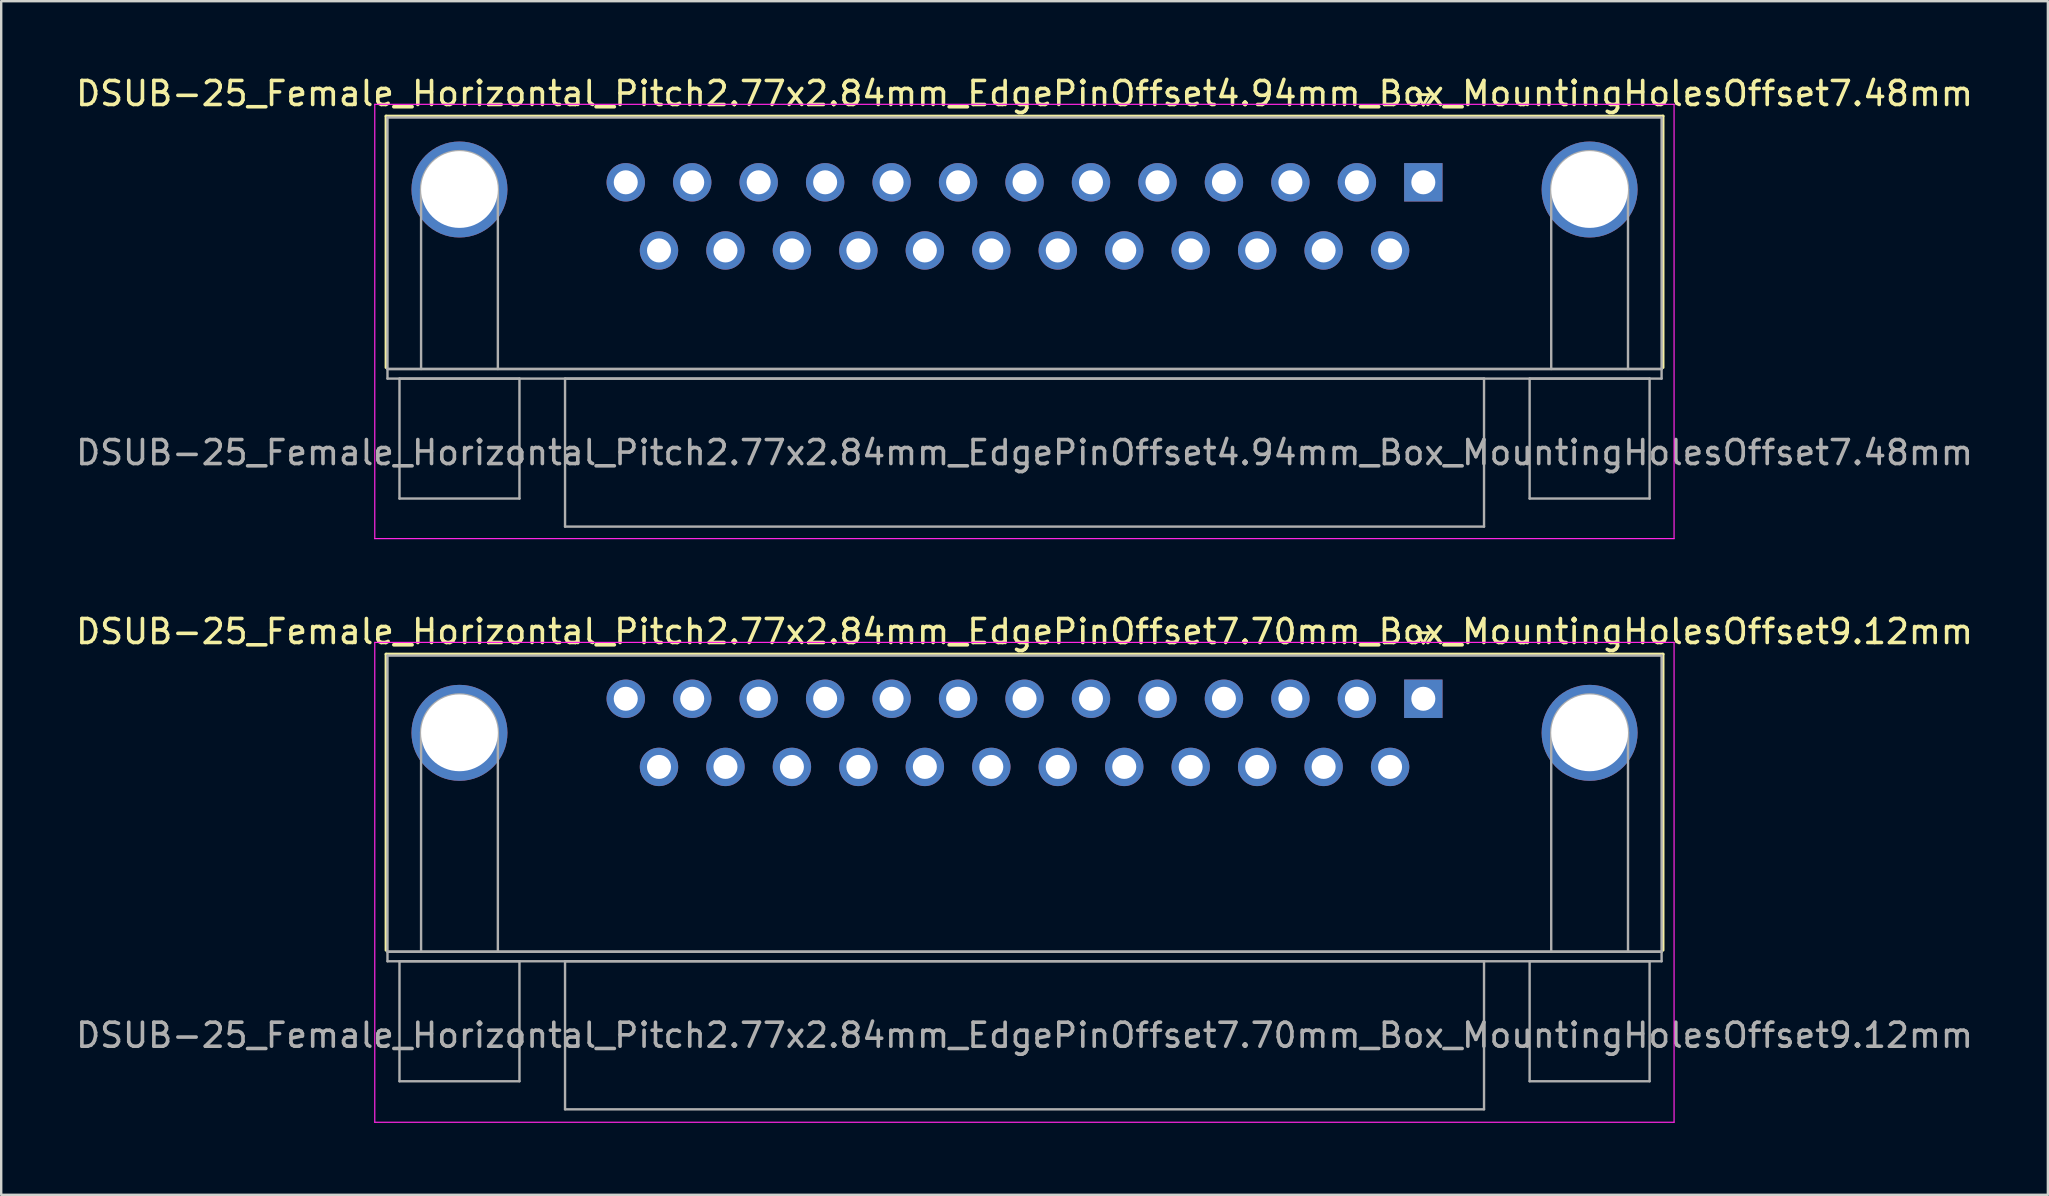
<source format=kicad_pcb>
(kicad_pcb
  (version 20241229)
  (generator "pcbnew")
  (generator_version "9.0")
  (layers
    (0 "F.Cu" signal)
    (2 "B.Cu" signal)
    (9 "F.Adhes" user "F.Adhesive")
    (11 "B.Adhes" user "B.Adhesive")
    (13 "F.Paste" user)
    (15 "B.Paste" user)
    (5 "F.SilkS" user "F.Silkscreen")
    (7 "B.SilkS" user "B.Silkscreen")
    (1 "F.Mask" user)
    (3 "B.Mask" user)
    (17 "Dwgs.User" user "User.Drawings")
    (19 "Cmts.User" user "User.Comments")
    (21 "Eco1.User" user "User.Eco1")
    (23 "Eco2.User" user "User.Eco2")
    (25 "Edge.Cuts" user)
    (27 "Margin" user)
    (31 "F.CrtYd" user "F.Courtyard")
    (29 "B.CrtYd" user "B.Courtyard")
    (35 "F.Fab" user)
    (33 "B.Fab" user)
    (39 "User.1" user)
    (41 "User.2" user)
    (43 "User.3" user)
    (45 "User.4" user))
  (footprint "DSUB-25_Female_Horizontal_Pitch2.77x2.84mm_EdgePinOffset4.94mm_Box_MountingHolesOffset7.48mm"
    (layer "F.Cu")
    (at 56.269 4.548)
    (property "Reference" "DSUB-25_Female_Horizontal_Pitch2.77x2.84mm_EdgePinOffset4.94mm_Box_MountingHolesOffset7.48mm" (at -16.62 -3.7 0) (layer "F.SilkS") (effects (font (size 1 1) (thickness 0.15))))
    (attr through_hole)
    (fp_line (start -43.23 -2.76) (end 9.99 -2.76) (stroke (width 0.12) (type solid)) (layer "F.SilkS"))
    (fp_line (start -43.23 7.72) (end -43.23 -2.76) (stroke (width 0.12) (type solid)) (layer "F.SilkS"))
    (fp_line (start -0.25 -3.654) (end 0.25 -3.654) (stroke (width 0.12) (type solid)) (layer "F.SilkS"))
    (fp_line (start 0 -3.221) (end -0.25 -3.654) (stroke (width 0.12) (type solid)) (layer "F.SilkS"))
    (fp_line (start 0.25 -3.654) (end 0 -3.221) (stroke (width 0.12) (type solid)) (layer "F.SilkS"))
    (fp_line (start 9.99 -2.76) (end 9.99 7.72) (stroke (width 0.12) (type solid)) (layer "F.SilkS"))
    (fp_line (start -43.7 -3.25) (end -43.7 14.85) (stroke (width 0.05) (type solid)) (layer "F.CrtYd"))
    (fp_line (start -43.7 14.85) (end 10.45 14.85) (stroke (width 0.05) (type solid)) (layer "F.CrtYd"))
    (fp_line (start 10.45 -3.25) (end -43.7 -3.25) (stroke (width 0.05) (type solid)) (layer "F.CrtYd"))
    (fp_line (start 10.45 14.85) (end 10.45 -3.25) (stroke (width 0.05) (type solid)) (layer "F.CrtYd"))
    (fp_line (start -43.17 -2.7) (end -43.17 7.78) (stroke (width 0.1) (type solid)) (layer "F.Fab"))
    (fp_line (start -43.17 7.78) (end -43.17 8.18) (stroke (width 0.1) (type solid)) (layer "F.Fab"))
    (fp_line (start -43.17 7.78) (end 9.93 7.78) (stroke (width 0.1) (type solid)) (layer "F.Fab"))
    (fp_line (start -43.17 8.18) (end 9.93 8.18) (stroke (width 0.1) (type solid)) (layer "F.Fab"))
    (fp_line (start -42.67 8.18) (end -42.67 13.18) (stroke (width 0.1) (type solid)) (layer "F.Fab"))
    (fp_line (start -42.67 13.18) (end -37.67 13.18) (stroke (width 0.1) (type solid)) (layer "F.Fab"))
    (fp_line (start -41.77 7.78) (end -41.77 0.3) (stroke (width 0.1) (type solid)) (layer "F.Fab"))
    (fp_line (start -38.57 7.78) (end -38.57 0.3) (stroke (width 0.1) (type solid)) (layer "F.Fab"))
    (fp_line (start -37.67 8.18) (end -42.67 8.18) (stroke (width 0.1) (type solid)) (layer "F.Fab"))
    (fp_line (start -37.67 13.18) (end -37.67 8.18) (stroke (width 0.1) (type solid)) (layer "F.Fab"))
    (fp_line (start -35.77 8.18) (end -35.77 14.35) (stroke (width 0.1) (type solid)) (layer "F.Fab"))
    (fp_line (start -35.77 14.35) (end 2.53 14.35) (stroke (width 0.1) (type solid)) (layer "F.Fab"))
    (fp_line (start 2.53 8.18) (end -35.77 8.18) (stroke (width 0.1) (type solid)) (layer "F.Fab"))
    (fp_line (start 2.53 14.35) (end 2.53 8.18) (stroke (width 0.1) (type solid)) (layer "F.Fab"))
    (fp_line (start 4.43 8.18) (end 4.43 13.18) (stroke (width 0.1) (type solid)) (layer "F.Fab"))
    (fp_line (start 4.43 13.18) (end 9.43 13.18) (stroke (width 0.1) (type solid)) (layer "F.Fab"))
    (fp_line (start 5.33 7.78) (end 5.33 0.3) (stroke (width 0.1) (type solid)) (layer "F.Fab"))
    (fp_line (start 8.53 7.78) (end 8.53 0.3) (stroke (width 0.1) (type solid)) (layer "F.Fab"))
    (fp_line (start 9.43 8.18) (end 4.43 8.18) (stroke (width 0.1) (type solid)) (layer "F.Fab"))
    (fp_line (start 9.43 13.18) (end 9.43 8.18) (stroke (width 0.1) (type solid)) (layer "F.Fab"))
    (fp_line (start 9.93 -2.7) (end -43.17 -2.7) (stroke (width 0.1) (type solid)) (layer "F.Fab"))
    (fp_line (start 9.93 7.78) (end -43.17 7.78) (stroke (width 0.1) (type solid)) (layer "F.Fab"))
    (fp_line (start 9.93 7.78) (end 9.93 -2.7) (stroke (width 0.1) (type solid)) (layer "F.Fab"))
    (fp_line (start 9.93 8.18) (end 9.93 7.78) (stroke (width 0.1) (type solid)) (layer "F.Fab"))
    (fp_arc (start -41.77 0.3) (mid -40.17 -1.3) (end -38.57 0.3) (stroke (width 0.1) (type solid)) (layer "F.Fab"))
    (fp_arc (start 5.33 0.3) (mid 6.93 -1.3) (end 8.53 0.3) (stroke (width 0.1) (type solid)) (layer "F.Fab"))
    (fp_text user "${REFERENCE}" (at -16.62 11.265 0) (layer "F.Fab") (effects (font (size 1 1) (thickness 0.15))))
    (pad "0" thru_hole circle (at -40.17 0.3) (size 4 4) (drill 3.2) (layers "*.Cu" "*.Mask"))
    (pad "0" thru_hole circle (at 6.93 0.3) (size 4 4) (drill 3.2) (layers "*.Cu" "*.Mask"))
    (pad "1" thru_hole rect (at 0 0) (size 1.6 1.6) (drill 1) (layers "*.Cu" "*.Mask"))
    (pad "2" thru_hole circle (at -2.77 0) (size 1.6 1.6) (drill 1) (layers "*.Cu" "*.Mask"))
    (pad "3" thru_hole circle (at -5.54 0) (size 1.6 1.6) (drill 1) (layers "*.Cu" "*.Mask"))
    (pad "4" thru_hole circle (at -8.31 0) (size 1.6 1.6) (drill 1) (layers "*.Cu" "*.Mask"))
    (pad "5" thru_hole circle (at -11.08 0) (size 1.6 1.6) (drill 1) (layers "*.Cu" "*.Mask"))
    (pad "6" thru_hole circle (at -13.85 0) (size 1.6 1.6) (drill 1) (layers "*.Cu" "*.Mask"))
    (pad "7" thru_hole circle (at -16.62 0) (size 1.6 1.6) (drill 1) (layers "*.Cu" "*.Mask"))
    (pad "8" thru_hole circle (at -19.39 0) (size 1.6 1.6) (drill 1) (layers "*.Cu" "*.Mask"))
    (pad "9" thru_hole circle (at -22.16 0) (size 1.6 1.6) (drill 1) (layers "*.Cu" "*.Mask"))
    (pad "10" thru_hole circle (at -24.93 0) (size 1.6 1.6) (drill 1) (layers "*.Cu" "*.Mask"))
    (pad "11" thru_hole circle (at -27.7 0) (size 1.6 1.6) (drill 1) (layers "*.Cu" "*.Mask"))
    (pad "12" thru_hole circle (at -30.47 0) (size 1.6 1.6) (drill 1) (layers "*.Cu" "*.Mask"))
    (pad "13" thru_hole circle (at -33.24 0) (size 1.6 1.6) (drill 1) (layers "*.Cu" "*.Mask"))
    (pad "14" thru_hole circle (at -1.385 2.84) (size 1.6 1.6) (drill 1) (layers "*.Cu" "*.Mask"))
    (pad "15" thru_hole circle (at -4.155 2.84) (size 1.6 1.6) (drill 1) (layers "*.Cu" "*.Mask"))
    (pad "16" thru_hole circle (at -6.925 2.84) (size 1.6 1.6) (drill 1) (layers "*.Cu" "*.Mask"))
    (pad "17" thru_hole circle (at -9.695 2.84) (size 1.6 1.6) (drill 1) (layers "*.Cu" "*.Mask"))
    (pad "18" thru_hole circle (at -12.465 2.84) (size 1.6 1.6) (drill 1) (layers "*.Cu" "*.Mask"))
    (pad "19" thru_hole circle (at -15.235 2.84) (size 1.6 1.6) (drill 1) (layers "*.Cu" "*.Mask"))
    (pad "20" thru_hole circle (at -18.005 2.84) (size 1.6 1.6) (drill 1) (layers "*.Cu" "*.Mask"))
    (pad "21" thru_hole circle (at -20.775 2.84) (size 1.6 1.6) (drill 1) (layers "*.Cu" "*.Mask"))
    (pad "22" thru_hole circle (at -23.545 2.84) (size 1.6 1.6) (drill 1) (layers "*.Cu" "*.Mask"))
    (pad "23" thru_hole circle (at -26.315 2.84) (size 1.6 1.6) (drill 1) (layers "*.Cu" "*.Mask"))
    (pad "24" thru_hole circle (at -29.085 2.84) (size 1.6 1.6) (drill 1) (layers "*.Cu" "*.Mask"))
    (pad "25" thru_hole circle (at -31.855 2.84) (size 1.6 1.6) (drill 1) (layers "*.Cu" "*.Mask")))
  (footprint "DSUB-25_Female_Horizontal_Pitch2.77x2.84mm_EdgePinOffset7.70mm_Box_MountingHolesOffset9.12mm"
    (layer "F.Cu")
    (at 56.269 26.072)
    (property "Reference" "DSUB-25_Female_Horizontal_Pitch2.77x2.84mm_EdgePinOffset7.70mm_Box_MountingHolesOffset9.12mm" (at -16.62 -2.8 0) (layer "F.SilkS") (effects (font (size 1 1) (thickness 0.15))))
    (attr through_hole)
    (fp_line (start -43.23 -1.86) (end 9.99 -1.86) (stroke (width 0.12) (type solid)) (layer "F.SilkS"))
    (fp_line (start -43.23 10.48) (end -43.23 -1.86) (stroke (width 0.12) (type solid)) (layer "F.SilkS"))
    (fp_line (start -0.25 -2.754) (end 0.25 -2.754) (stroke (width 0.12) (type solid)) (layer "F.SilkS"))
    (fp_line (start 0 -2.321) (end -0.25 -2.754) (stroke (width 0.12) (type solid)) (layer "F.SilkS"))
    (fp_line (start 0.25 -2.754) (end 0 -2.321) (stroke (width 0.12) (type solid)) (layer "F.SilkS"))
    (fp_line (start 9.99 -1.86) (end 9.99 10.48) (stroke (width 0.12) (type solid)) (layer "F.SilkS"))
    (fp_line (start -43.7 -2.35) (end -43.7 17.65) (stroke (width 0.05) (type solid)) (layer "F.CrtYd"))
    (fp_line (start -43.7 17.65) (end 10.45 17.65) (stroke (width 0.05) (type solid)) (layer "F.CrtYd"))
    (fp_line (start 10.45 -2.35) (end -43.7 -2.35) (stroke (width 0.05) (type solid)) (layer "F.CrtYd"))
    (fp_line (start 10.45 17.65) (end 10.45 -2.35) (stroke (width 0.05) (type solid)) (layer "F.CrtYd"))
    (fp_line (start -43.17 -1.8) (end -43.17 10.54) (stroke (width 0.1) (type solid)) (layer "F.Fab"))
    (fp_line (start -43.17 10.54) (end -43.17 10.94) (stroke (width 0.1) (type solid)) (layer "F.Fab"))
    (fp_line (start -43.17 10.54) (end 9.93 10.54) (stroke (width 0.1) (type solid)) (layer "F.Fab"))
    (fp_line (start -43.17 10.94) (end 9.93 10.94) (stroke (width 0.1) (type solid)) (layer "F.Fab"))
    (fp_line (start -42.67 10.94) (end -42.67 15.94) (stroke (width 0.1) (type solid)) (layer "F.Fab"))
    (fp_line (start -42.67 15.94) (end -37.67 15.94) (stroke (width 0.1) (type solid)) (layer "F.Fab"))
    (fp_line (start -41.77 10.54) (end -41.77 1.42) (stroke (width 0.1) (type solid)) (layer "F.Fab"))
    (fp_line (start -38.57 10.54) (end -38.57 1.42) (stroke (width 0.1) (type solid)) (layer "F.Fab"))
    (fp_line (start -37.67 10.94) (end -42.67 10.94) (stroke (width 0.1) (type solid)) (layer "F.Fab"))
    (fp_line (start -37.67 15.94) (end -37.67 10.94) (stroke (width 0.1) (type solid)) (layer "F.Fab"))
    (fp_line (start -35.77 10.94) (end -35.77 17.11) (stroke (width 0.1) (type solid)) (layer "F.Fab"))
    (fp_line (start -35.77 17.11) (end 2.53 17.11) (stroke (width 0.1) (type solid)) (layer "F.Fab"))
    (fp_line (start 2.53 10.94) (end -35.77 10.94) (stroke (width 0.1) (type solid)) (layer "F.Fab"))
    (fp_line (start 2.53 17.11) (end 2.53 10.94) (stroke (width 0.1) (type solid)) (layer "F.Fab"))
    (fp_line (start 4.43 10.94) (end 4.43 15.94) (stroke (width 0.1) (type solid)) (layer "F.Fab"))
    (fp_line (start 4.43 15.94) (end 9.43 15.94) (stroke (width 0.1) (type solid)) (layer "F.Fab"))
    (fp_line (start 5.33 10.54) (end 5.33 1.42) (stroke (width 0.1) (type solid)) (layer "F.Fab"))
    (fp_line (start 8.53 10.54) (end 8.53 1.42) (stroke (width 0.1) (type solid)) (layer "F.Fab"))
    (fp_line (start 9.43 10.94) (end 4.43 10.94) (stroke (width 0.1) (type solid)) (layer "F.Fab"))
    (fp_line (start 9.43 15.94) (end 9.43 10.94) (stroke (width 0.1) (type solid)) (layer "F.Fab"))
    (fp_line (start 9.93 -1.8) (end -43.17 -1.8) (stroke (width 0.1) (type solid)) (layer "F.Fab"))
    (fp_line (start 9.93 10.54) (end -43.17 10.54) (stroke (width 0.1) (type solid)) (layer "F.Fab"))
    (fp_line (start 9.93 10.54) (end 9.93 -1.8) (stroke (width 0.1) (type solid)) (layer "F.Fab"))
    (fp_line (start 9.93 10.94) (end 9.93 10.54) (stroke (width 0.1) (type solid)) (layer "F.Fab"))
    (fp_arc (start -41.77 1.42) (mid -40.17 -0.18) (end -38.57 1.42) (stroke (width 0.1) (type solid)) (layer "F.Fab"))
    (fp_arc (start 5.33 1.42) (mid 6.93 -0.18) (end 8.53 1.42) (stroke (width 0.1) (type solid)) (layer "F.Fab"))
    (fp_text user "${REFERENCE}" (at -16.62 14.025 0) (layer "F.Fab") (effects (font (size 1 1) (thickness 0.15))))
    (pad "0" thru_hole circle (at -40.17 1.42) (size 4 4) (drill 3.2) (layers "*.Cu" "*.Mask"))
    (pad "0" thru_hole circle (at 6.93 1.42) (size 4 4) (drill 3.2) (layers "*.Cu" "*.Mask"))
    (pad "1" thru_hole rect (at 0 0) (size 1.6 1.6) (drill 1) (layers "*.Cu" "*.Mask"))
    (pad "2" thru_hole circle (at -2.77 0) (size 1.6 1.6) (drill 1) (layers "*.Cu" "*.Mask"))
    (pad "3" thru_hole circle (at -5.54 0) (size 1.6 1.6) (drill 1) (layers "*.Cu" "*.Mask"))
    (pad "4" thru_hole circle (at -8.31 0) (size 1.6 1.6) (drill 1) (layers "*.Cu" "*.Mask"))
    (pad "5" thru_hole circle (at -11.08 0) (size 1.6 1.6) (drill 1) (layers "*.Cu" "*.Mask"))
    (pad "6" thru_hole circle (at -13.85 0) (size 1.6 1.6) (drill 1) (layers "*.Cu" "*.Mask"))
    (pad "7" thru_hole circle (at -16.62 0) (size 1.6 1.6) (drill 1) (layers "*.Cu" "*.Mask"))
    (pad "8" thru_hole circle (at -19.39 0) (size 1.6 1.6) (drill 1) (layers "*.Cu" "*.Mask"))
    (pad "9" thru_hole circle (at -22.16 0) (size 1.6 1.6) (drill 1) (layers "*.Cu" "*.Mask"))
    (pad "10" thru_hole circle (at -24.93 0) (size 1.6 1.6) (drill 1) (layers "*.Cu" "*.Mask"))
    (pad "11" thru_hole circle (at -27.7 0) (size 1.6 1.6) (drill 1) (layers "*.Cu" "*.Mask"))
    (pad "12" thru_hole circle (at -30.47 0) (size 1.6 1.6) (drill 1) (layers "*.Cu" "*.Mask"))
    (pad "13" thru_hole circle (at -33.24 0) (size 1.6 1.6) (drill 1) (layers "*.Cu" "*.Mask"))
    (pad "14" thru_hole circle (at -1.385 2.84) (size 1.6 1.6) (drill 1) (layers "*.Cu" "*.Mask"))
    (pad "15" thru_hole circle (at -4.155 2.84) (size 1.6 1.6) (drill 1) (layers "*.Cu" "*.Mask"))
    (pad "16" thru_hole circle (at -6.925 2.84) (size 1.6 1.6) (drill 1) (layers "*.Cu" "*.Mask"))
    (pad "17" thru_hole circle (at -9.695 2.84) (size 1.6 1.6) (drill 1) (layers "*.Cu" "*.Mask"))
    (pad "18" thru_hole circle (at -12.465 2.84) (size 1.6 1.6) (drill 1) (layers "*.Cu" "*.Mask"))
    (pad "19" thru_hole circle (at -15.235 2.84) (size 1.6 1.6) (drill 1) (layers "*.Cu" "*.Mask"))
    (pad "20" thru_hole circle (at -18.005 2.84) (size 1.6 1.6) (drill 1) (layers "*.Cu" "*.Mask"))
    (pad "21" thru_hole circle (at -20.775 2.84) (size 1.6 1.6) (drill 1) (layers "*.Cu" "*.Mask"))
    (pad "22" thru_hole circle (at -23.545 2.84) (size 1.6 1.6) (drill 1) (layers "*.Cu" "*.Mask"))
    (pad "23" thru_hole circle (at -26.315 2.84) (size 1.6 1.6) (drill 1) (layers "*.Cu" "*.Mask"))
    (pad "24" thru_hole circle (at -29.085 2.84) (size 1.6 1.6) (drill 1) (layers "*.Cu" "*.Mask"))
    (pad "25" thru_hole circle (at -31.855 2.84) (size 1.6 1.6) (drill 1) (layers "*.Cu" "*.Mask")))
  (gr_rect
    (start -3 -3)
    (end 82.298 46.746)
    (stroke (width 0.1) (type default))
    (fill no)
    (layer "Edge.Cuts")))
</source>
